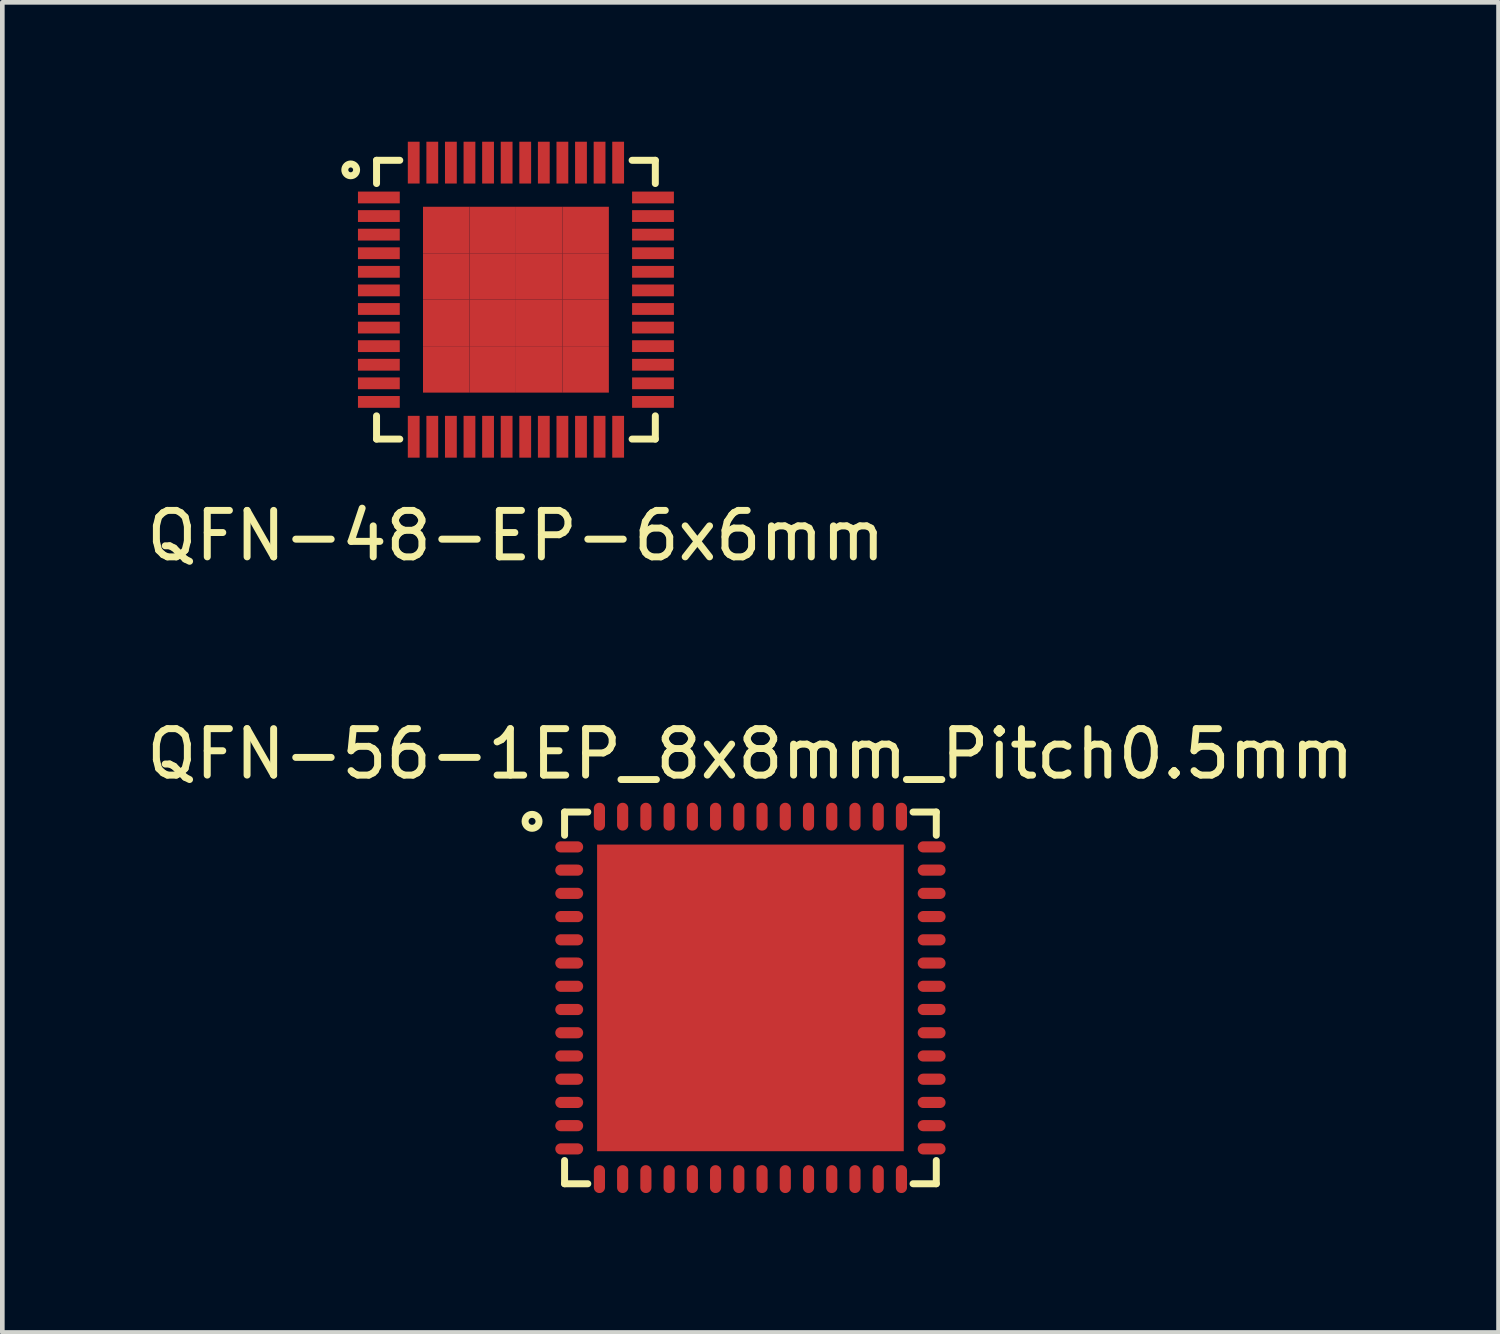
<source format=kicad_pcb>
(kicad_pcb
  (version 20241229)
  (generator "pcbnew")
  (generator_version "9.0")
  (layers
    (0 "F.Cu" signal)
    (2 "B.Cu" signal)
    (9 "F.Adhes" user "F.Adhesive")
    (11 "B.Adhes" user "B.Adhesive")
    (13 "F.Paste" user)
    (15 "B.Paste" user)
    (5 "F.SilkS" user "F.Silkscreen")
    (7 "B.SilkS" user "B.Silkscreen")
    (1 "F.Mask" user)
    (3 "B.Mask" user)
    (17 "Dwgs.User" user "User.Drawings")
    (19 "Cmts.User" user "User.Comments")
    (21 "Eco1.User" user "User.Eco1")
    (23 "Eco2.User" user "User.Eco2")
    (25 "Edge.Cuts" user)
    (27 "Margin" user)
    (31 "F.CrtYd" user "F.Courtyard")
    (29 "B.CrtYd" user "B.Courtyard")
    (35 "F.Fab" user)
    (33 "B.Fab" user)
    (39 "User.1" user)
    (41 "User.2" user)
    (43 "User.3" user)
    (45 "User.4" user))
  (footprint "QFN-48-EP-6x6mm"
    (layer "F.Cu")
    (at 8.054 3.4)
    (property "Reference" "QFN-48-EP-6x6mm" (at 0 5.08 0) (layer "F.SilkS") (effects (font (size 1 1) (thickness 0.15))))
    (attr through_hole)
    (fp_line (start -3 -3) (end -2.5 -3) (stroke (width 0.15) (type solid)) (layer "F.SilkS"))
    (fp_line (start -3 -2.5) (end -3 -3) (stroke (width 0.15) (type solid)) (layer "F.SilkS"))
    (fp_line (start -3 3) (end -3 2.5) (stroke (width 0.15) (type solid)) (layer "F.SilkS"))
    (fp_line (start -2.5 3) (end -3 3) (stroke (width 0.15) (type solid)) (layer "F.SilkS"))
    (fp_line (start 2.5 -3) (end 3 -3) (stroke (width 0.15) (type solid)) (layer "F.SilkS"))
    (fp_line (start 3 -3) (end 3 -2.5) (stroke (width 0.15) (type solid)) (layer "F.SilkS"))
    (fp_line (start 3 2.5) (end 3 3) (stroke (width 0.15) (type solid)) (layer "F.SilkS"))
    (fp_line (start 3 3) (end 2.5 3) (stroke (width 0.15) (type solid)) (layer "F.SilkS"))
    (fp_circle (center -3.556 -2.794) (end -3.429 -2.794) (stroke (width 0.15) (type solid)) (fill no) (layer "F.SilkS"))
    (pad "1" smd rect (at -2.95 -2.2) (size 0.9 0.254) (layers "F.Cu" "F.Mask" "F.Paste"))
    (pad "2" smd rect (at -2.95 -1.8) (size 0.9 0.254) (layers "F.Cu" "F.Mask" "F.Paste"))
    (pad "3" smd rect (at -2.95 -1.4) (size 0.9 0.254) (layers "F.Cu" "F.Mask" "F.Paste"))
    (pad "4" smd rect (at -2.95 -1) (size 0.9 0.254) (layers "F.Cu" "F.Mask" "F.Paste"))
    (pad "5" smd rect (at -2.95 -0.6) (size 0.9 0.254) (layers "F.Cu" "F.Mask" "F.Paste"))
    (pad "6" smd rect (at -2.95 -0.2) (size 0.9 0.254) (layers "F.Cu" "F.Mask" "F.Paste"))
    (pad "7" smd rect (at -2.95 0.2) (size 0.9 0.254) (layers "F.Cu" "F.Mask" "F.Paste"))
    (pad "8" smd rect (at -2.95 0.6) (size 0.9 0.254) (layers "F.Cu" "F.Mask" "F.Paste"))
    (pad "9" smd rect (at -2.95 1) (size 0.9 0.254) (layers "F.Cu" "F.Mask" "F.Paste"))
    (pad "10" smd rect (at -2.95 1.4) (size 0.9 0.254) (layers "F.Cu" "F.Mask" "F.Paste"))
    (pad "11" smd rect (at -2.95 1.8) (size 0.9 0.254) (layers "F.Cu" "F.Mask" "F.Paste"))
    (pad "12" smd rect (at -2.95 2.2) (size 0.9 0.254) (layers "F.Cu" "F.Mask" "F.Paste"))
    (pad "13" smd rect (at -2.2 2.95) (size 0.254 0.9) (layers "F.Cu" "F.Mask" "F.Paste"))
    (pad "14" smd rect (at -1.8 2.95) (size 0.254 0.9) (layers "F.Cu" "F.Mask" "F.Paste"))
    (pad "15" smd rect (at -1.4 2.95) (size 0.254 0.9) (layers "F.Cu" "F.Mask" "F.Paste"))
    (pad "16" smd rect (at -1 2.95) (size 0.254 0.9) (layers "F.Cu" "F.Mask" "F.Paste"))
    (pad "17" smd rect (at -0.6 2.95) (size 0.254 0.9) (layers "F.Cu" "F.Mask" "F.Paste"))
    (pad "18" smd rect (at -0.2 2.95) (size 0.254 0.9) (layers "F.Cu" "F.Mask" "F.Paste"))
    (pad "19" smd rect (at 0.2 2.95) (size 0.254 0.9) (layers "F.Cu" "F.Mask" "F.Paste"))
    (pad "20" smd rect (at 0.6 2.95) (size 0.254 0.9) (layers "F.Cu" "F.Mask" "F.Paste"))
    (pad "21" smd rect (at 1 2.95) (size 0.254 0.9) (layers "F.Cu" "F.Mask" "F.Paste"))
    (pad "22" smd rect (at 1.4 2.95) (size 0.254 0.9) (layers "F.Cu" "F.Mask" "F.Paste"))
    (pad "23" smd rect (at 1.8 2.95) (size 0.254 0.9) (layers "F.Cu" "F.Mask" "F.Paste"))
    (pad "24" smd rect (at 2.2 2.95) (size 0.254 0.9) (layers "F.Cu" "F.Mask" "F.Paste"))
    (pad "25" smd rect (at 2.95 2.2) (size 0.9 0.254) (layers "F.Cu" "F.Mask" "F.Paste"))
    (pad "26" smd rect (at 2.95 1.8) (size 0.9 0.254) (layers "F.Cu" "F.Mask" "F.Paste"))
    (pad "27" smd rect (at 2.95 1.4) (size 0.9 0.254) (layers "F.Cu" "F.Mask" "F.Paste"))
    (pad "28" smd rect (at 2.95 1) (size 0.9 0.254) (layers "F.Cu" "F.Mask" "F.Paste"))
    (pad "29" smd rect (at 2.95 0.6) (size 0.9 0.254) (layers "F.Cu" "F.Mask" "F.Paste"))
    (pad "30" smd rect (at 2.95 0.2) (size 0.9 0.254) (layers "F.Cu" "F.Mask" "F.Paste"))
    (pad "31" smd rect (at 2.95 -0.2) (size 0.9 0.254) (layers "F.Cu" "F.Mask" "F.Paste"))
    (pad "32" smd rect (at 2.95 -0.6) (size 0.9 0.254) (layers "F.Cu" "F.Mask" "F.Paste"))
    (pad "33" smd rect (at 2.95 -1) (size 0.9 0.254) (layers "F.Cu" "F.Mask" "F.Paste"))
    (pad "34" smd rect (at 2.95 -1.4) (size 0.9 0.254) (layers "F.Cu" "F.Mask" "F.Paste"))
    (pad "35" smd rect (at 2.95 -1.8) (size 0.9 0.254) (layers "F.Cu" "F.Mask" "F.Paste"))
    (pad "36" smd rect (at 2.95 -2.2) (size 0.9 0.254) (layers "F.Cu" "F.Mask" "F.Paste"))
    (pad "37" smd rect (at 2.2 -2.95) (size 0.254 0.9) (layers "F.Cu" "F.Mask" "F.Paste"))
    (pad "38" smd rect (at 1.8 -2.95) (size 0.254 0.9) (layers "F.Cu" "F.Mask" "F.Paste"))
    (pad "39" smd rect (at 1.4 -2.95) (size 0.254 0.9) (layers "F.Cu" "F.Mask" "F.Paste"))
    (pad "40" smd rect (at 1 -2.95) (size 0.254 0.9) (layers "F.Cu" "F.Mask" "F.Paste"))
    (pad "41" smd rect (at 0.6 -2.95) (size 0.254 0.9) (layers "F.Cu" "F.Mask" "F.Paste"))
    (pad "42" smd rect (at 0.2 -2.95) (size 0.254 0.9) (layers "F.Cu" "F.Mask" "F.Paste"))
    (pad "43" smd rect (at -0.2 -2.95) (size 0.254 0.9) (layers "F.Cu" "F.Mask" "F.Paste"))
    (pad "44" smd rect (at -0.6 -2.95) (size 0.254 0.9) (layers "F.Cu" "F.Mask" "F.Paste"))
    (pad "45" smd rect (at -1 -2.95) (size 0.254 0.9) (layers "F.Cu" "F.Mask" "F.Paste"))
    (pad "46" smd rect (at -1.4 -2.95) (size 0.254 0.9) (layers "F.Cu" "F.Mask" "F.Paste"))
    (pad "47" smd rect (at -1.8 -2.95) (size 0.254 0.9) (layers "F.Cu" "F.Mask" "F.Paste"))
    (pad "48" smd rect (at -2.2 -2.95) (size 0.254 0.9) (layers "F.Cu" "F.Mask" "F.Paste"))
    (pad "49" smd rect (at -1.5 -1.5) (size 1 1) (layers "F.Cu" "F.Mask" "F.Paste"))
    (pad "49" smd rect (at -1.5 -0.5) (size 1 1) (layers "F.Cu" "F.Mask" "F.Paste"))
    (pad "49" smd rect (at -1.5 0.5) (size 1 1) (layers "F.Cu" "F.Mask" "F.Paste"))
    (pad "49" smd rect (at -1.5 1.5) (size 1 1) (layers "F.Cu" "F.Mask" "F.Paste"))
    (pad "49" smd rect (at -0.5 -1.5) (size 1 1) (layers "F.Cu" "F.Mask" "F.Paste"))
    (pad "49" smd rect (at -0.5 -0.5) (size 1 1) (layers "F.Cu" "F.Mask" "F.Paste"))
    (pad "49" smd rect (at -0.5 0.5) (size 1 1) (layers "F.Cu" "F.Mask" "F.Paste"))
    (pad "49" smd rect (at -0.5 1.5) (size 1 1) (layers "F.Cu" "F.Mask" "F.Paste"))
    (pad "49" smd rect (at 0.5 -1.5) (size 1 1) (layers "F.Cu" "F.Mask" "F.Paste"))
    (pad "49" smd rect (at 0.5 -0.5) (size 1 1) (layers "F.Cu" "F.Mask" "F.Paste"))
    (pad "49" smd rect (at 0.5 0.5) (size 1 1) (layers "F.Cu" "F.Mask" "F.Paste"))
    (pad "49" smd rect (at 0.5 1.5) (size 1 1) (layers "F.Cu" "F.Mask" "F.Paste"))
    (pad "49" smd rect (at 1.5 -1.5) (size 1 1) (layers "F.Cu" "F.Mask" "F.Paste"))
    (pad "49" smd rect (at 1.5 -0.5) (size 1 1) (layers "F.Cu" "F.Mask" "F.Paste"))
    (pad "49" smd rect (at 1.5 0.5) (size 1 1) (layers "F.Cu" "F.Mask" "F.Paste"))
    (pad "49" smd rect (at 1.5 1.5) (size 1 1) (layers "F.Cu" "F.Mask" "F.Paste")))
  (footprint "QFN-56-1EP_8x8mm_Pitch0.5mm"
    (layer "F.Cu")
    (at 13.101 18.427)
    (property "Reference" "QFN-56-1EP_8x8mm_Pitch0.5mm" (at 0 -5.25 0) (layer "F.SilkS") (effects (font (size 1 1) (thickness 0.15))))
    (attr smd)
    (fp_line (start -4 -4) (end -4 -3.5) (stroke (width 0.15) (type solid)) (layer "F.SilkS"))
    (fp_line (start -4 3.5) (end -4 4) (stroke (width 0.15) (type solid)) (layer "F.SilkS"))
    (fp_line (start -4 4) (end -3.5 4) (stroke (width 0.15) (type solid)) (layer "F.SilkS"))
    (fp_line (start -3.5 -4) (end -4 -4) (stroke (width 0.15) (type solid)) (layer "F.SilkS"))
    (fp_line (start 3.5 4) (end 4 4) (stroke (width 0.15) (type solid)) (layer "F.SilkS"))
    (fp_line (start 4 -4) (end 3.5 -4) (stroke (width 0.15) (type solid)) (layer "F.SilkS"))
    (fp_line (start 4 -3.5) (end 4 -4) (stroke (width 0.15) (type solid)) (layer "F.SilkS"))
    (fp_line (start 4 4) (end 4 3.5) (stroke (width 0.15) (type solid)) (layer "F.SilkS"))
    (fp_circle (center -4.7 -3.8) (end -4.55 -3.8) (stroke (width 0.15) (type solid)) (fill no) (layer "F.SilkS"))
    (pad "1" smd oval (at -3.9 -3.25) (size 0.6 0.24) (layers "F.Cu" "F.Mask" "F.Paste"))
    (pad "2" smd oval (at -3.9 -2.75) (size 0.6 0.24) (layers "F.Cu" "F.Mask" "F.Paste"))
    (pad "3" smd oval (at -3.9 -2.25) (size 0.6 0.24) (layers "F.Cu" "F.Mask" "F.Paste"))
    (pad "4" smd oval (at -3.9 -1.75) (size 0.6 0.24) (layers "F.Cu" "F.Mask" "F.Paste"))
    (pad "5" smd oval (at -3.9 -1.25) (size 0.6 0.24) (layers "F.Cu" "F.Mask" "F.Paste"))
    (pad "6" smd oval (at -3.9 -0.75) (size 0.6 0.24) (layers "F.Cu" "F.Mask" "F.Paste"))
    (pad "7" smd oval (at -3.9 -0.25) (size 0.6 0.24) (layers "F.Cu" "F.Mask" "F.Paste"))
    (pad "8" smd oval (at -3.9 0.25) (size 0.6 0.24) (layers "F.Cu" "F.Mask" "F.Paste"))
    (pad "9" smd oval (at -3.9 0.75) (size 0.6 0.24) (layers "F.Cu" "F.Mask" "F.Paste"))
    (pad "10" smd oval (at -3.9 1.25) (size 0.6 0.24) (layers "F.Cu" "F.Mask" "F.Paste"))
    (pad "11" smd oval (at -3.9 1.75) (size 0.6 0.24) (layers "F.Cu" "F.Mask" "F.Paste"))
    (pad "12" smd oval (at -3.9 2.25) (size 0.6 0.24) (layers "F.Cu" "F.Mask" "F.Paste"))
    (pad "13" smd oval (at -3.9 2.75) (size 0.6 0.24) (layers "F.Cu" "F.Mask" "F.Paste"))
    (pad "14" smd oval (at -3.9 3.25) (size 0.6 0.24) (layers "F.Cu" "F.Mask" "F.Paste"))
    (pad "15" smd oval (at -3.25 3.9) (size 0.24 0.6) (layers "F.Cu" "F.Mask" "F.Paste"))
    (pad "16" smd oval (at -2.75 3.9) (size 0.24 0.6) (layers "F.Cu" "F.Mask" "F.Paste"))
    (pad "17" smd oval (at -2.25 3.9) (size 0.24 0.6) (layers "F.Cu" "F.Mask" "F.Paste"))
    (pad "18" smd oval (at -1.75 3.9) (size 0.24 0.6) (layers "F.Cu" "F.Mask" "F.Paste"))
    (pad "19" smd oval (at -1.25 3.9) (size 0.24 0.6) (layers "F.Cu" "F.Mask" "F.Paste"))
    (pad "20" smd oval (at -0.75 3.9) (size 0.24 0.6) (layers "F.Cu" "F.Mask" "F.Paste"))
    (pad "21" smd oval (at -0.25 3.9) (size 0.24 0.6) (layers "F.Cu" "F.Mask" "F.Paste"))
    (pad "22" smd oval (at 0.25 3.9) (size 0.24 0.6) (layers "F.Cu" "F.Mask" "F.Paste"))
    (pad "23" smd oval (at 0.75 3.9) (size 0.24 0.6) (layers "F.Cu" "F.Mask" "F.Paste"))
    (pad "24" smd oval (at 1.25 3.9) (size 0.24 0.6) (layers "F.Cu" "F.Mask" "F.Paste"))
    (pad "25" smd oval (at 1.75 3.9) (size 0.24 0.6) (layers "F.Cu" "F.Mask" "F.Paste"))
    (pad "26" smd oval (at 2.25 3.9) (size 0.24 0.6) (layers "F.Cu" "F.Mask" "F.Paste"))
    (pad "27" smd oval (at 2.75 3.9) (size 0.24 0.6) (layers "F.Cu" "F.Mask" "F.Paste"))
    (pad "28" smd oval (at 3.25 3.9) (size 0.24 0.6) (layers "F.Cu" "F.Mask" "F.Paste"))
    (pad "29" smd oval (at 3.9 3.25) (size 0.6 0.24) (layers "F.Cu" "F.Mask" "F.Paste"))
    (pad "30" smd oval (at 3.9 2.75) (size 0.6 0.24) (layers "F.Cu" "F.Mask" "F.Paste"))
    (pad "31" smd oval (at 3.9 2.25) (size 0.6 0.24) (layers "F.Cu" "F.Mask" "F.Paste"))
    (pad "32" smd oval (at 3.9 1.75) (size 0.6 0.24) (layers "F.Cu" "F.Mask" "F.Paste"))
    (pad "33" smd oval (at 3.9 1.25) (size 0.6 0.24) (layers "F.Cu" "F.Mask" "F.Paste"))
    (pad "34" smd oval (at 3.9 0.75) (size 0.6 0.24) (layers "F.Cu" "F.Mask" "F.Paste"))
    (pad "35" smd oval (at 3.9 0.25) (size 0.6 0.24) (layers "F.Cu" "F.Mask" "F.Paste"))
    (pad "36" smd oval (at 3.9 -0.25) (size 0.6 0.24) (layers "F.Cu" "F.Mask" "F.Paste"))
    (pad "37" smd oval (at 3.9 -0.75) (size 0.6 0.24) (layers "F.Cu" "F.Mask" "F.Paste"))
    (pad "38" smd oval (at 3.9 -1.25) (size 0.6 0.24) (layers "F.Cu" "F.Mask" "F.Paste"))
    (pad "39" smd oval (at 3.9 -1.75) (size 0.6 0.24) (layers "F.Cu" "F.Mask" "F.Paste"))
    (pad "40" smd oval (at 3.9 -2.25) (size 0.6 0.24) (layers "F.Cu" "F.Mask" "F.Paste"))
    (pad "41" smd oval (at 3.9 -2.75) (size 0.6 0.24) (layers "F.Cu" "F.Mask" "F.Paste"))
    (pad "42" smd oval (at 3.9 -3.25) (size 0.6 0.24) (layers "F.Cu" "F.Mask" "F.Paste"))
    (pad "43" smd oval (at 3.25 -3.9) (size 0.24 0.6) (layers "F.Cu" "F.Mask" "F.Paste"))
    (pad "44" smd oval (at 2.75 -3.9) (size 0.24 0.6) (layers "F.Cu" "F.Mask" "F.Paste"))
    (pad "45" smd oval (at 2.25 -3.9) (size 0.24 0.6) (layers "F.Cu" "F.Mask" "F.Paste"))
    (pad "46" smd oval (at 1.75 -3.9) (size 0.24 0.6) (layers "F.Cu" "F.Mask" "F.Paste"))
    (pad "47" smd oval (at 1.25 -3.9) (size 0.24 0.6) (layers "F.Cu" "F.Mask" "F.Paste"))
    (pad "48" smd oval (at 0.75 -3.9) (size 0.24 0.6) (layers "F.Cu" "F.Mask" "F.Paste"))
    (pad "49" smd oval (at 0.25 -3.9) (size 0.24 0.6) (layers "F.Cu" "F.Mask" "F.Paste"))
    (pad "50" smd oval (at -0.25 -3.9) (size 0.24 0.6) (layers "F.Cu" "F.Mask" "F.Paste"))
    (pad "51" smd oval (at -0.75 -3.9) (size 0.24 0.6) (layers "F.Cu" "F.Mask" "F.Paste"))
    (pad "52" smd oval (at -1.25 -3.9) (size 0.24 0.6) (layers "F.Cu" "F.Mask" "F.Paste"))
    (pad "53" smd oval (at -1.75 -3.9) (size 0.24 0.6) (layers "F.Cu" "F.Mask" "F.Paste"))
    (pad "54" smd oval (at -2.25 -3.9) (size 0.24 0.6) (layers "F.Cu" "F.Mask" "F.Paste"))
    (pad "55" smd oval (at -2.75 -3.9) (size 0.24 0.6) (layers "F.Cu" "F.Mask" "F.Paste"))
    (pad "56" smd oval (at -3.25 -3.9) (size 0.24 0.6) (layers "F.Cu" "F.Mask" "F.Paste"))
    (pad "57" smd rect (at 0 0) (size 6.6 6.6) (layers "F.Cu" "F.Mask" "F.Paste")))
  (gr_rect
    (start -3 -3)
    (end 29.202 25.627)
    (stroke (width 0.1) (type default))
    (fill no)
    (layer "Edge.Cuts")))
</source>
